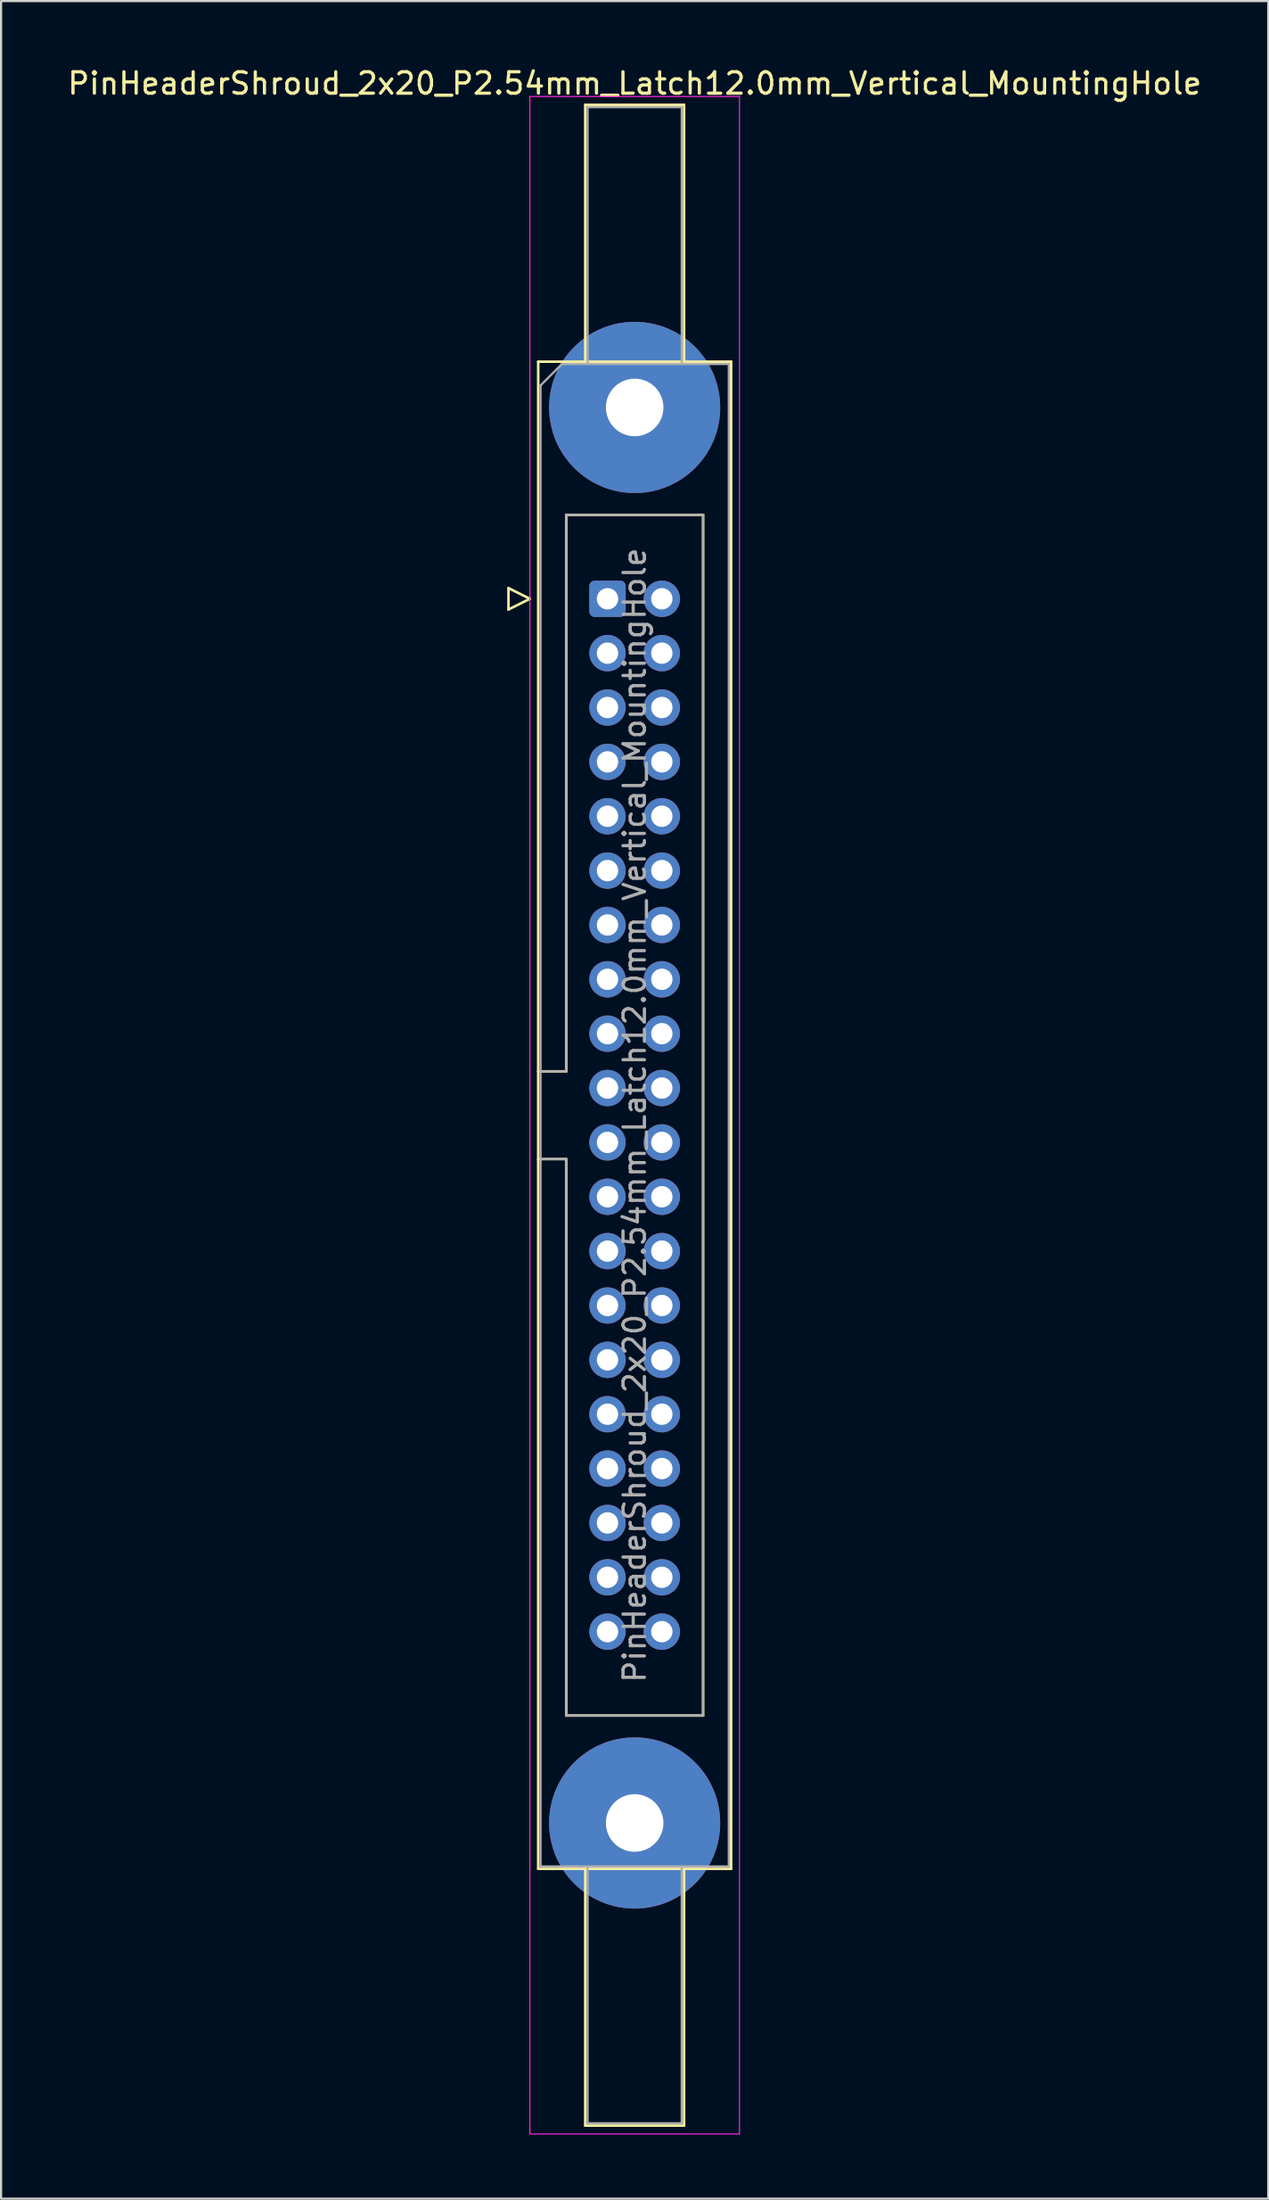
<source format=kicad_pcb>
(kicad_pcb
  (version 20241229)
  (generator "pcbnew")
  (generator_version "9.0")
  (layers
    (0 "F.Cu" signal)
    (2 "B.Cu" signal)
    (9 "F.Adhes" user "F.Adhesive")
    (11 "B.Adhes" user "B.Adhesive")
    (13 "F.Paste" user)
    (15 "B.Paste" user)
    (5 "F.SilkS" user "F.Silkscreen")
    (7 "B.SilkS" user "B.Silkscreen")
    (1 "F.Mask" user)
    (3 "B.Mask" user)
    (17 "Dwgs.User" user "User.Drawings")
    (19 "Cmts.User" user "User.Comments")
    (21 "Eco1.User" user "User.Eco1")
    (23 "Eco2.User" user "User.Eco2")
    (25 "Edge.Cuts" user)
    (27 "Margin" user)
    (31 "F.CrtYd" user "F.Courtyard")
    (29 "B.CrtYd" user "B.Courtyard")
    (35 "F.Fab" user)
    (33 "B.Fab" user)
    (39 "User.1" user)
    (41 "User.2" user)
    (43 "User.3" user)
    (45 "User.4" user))
  (footprint "PinHeaderShroud_2x20_P2.54mm_Latch12.0mm_Vertical_MountingHole"
    (layer "F.Cu")
    (at 25.355 24.928)
    (property "Reference" "PinHeaderShroud_2x20_P2.54mm_Latch12.0mm_Vertical_MountingHole" (at 1.27 -24.08 0) (layer "F.SilkS") (effects (font (size 1 1) (thickness 0.15))))
    (attr through_hole)
    (fp_line (start -4.63 -0.5) (end -4.63 0.5) (stroke (width 0.12) (type solid)) (layer "F.SilkS"))
    (fp_line (start -4.63 0.5) (end -3.63 0) (stroke (width 0.12) (type solid)) (layer "F.SilkS"))
    (fp_line (start -3.63 0) (end -4.63 -0.5) (stroke (width 0.12) (type solid)) (layer "F.SilkS"))
    (fp_line (start -3.24 -11.08) (end 5.78 -11.08) (stroke (width 0.12) (type solid)) (layer "F.SilkS"))
    (fp_line (start -3.24 22.08) (end -1.93 22.08) (stroke (width 0.12) (type solid)) (layer "F.SilkS"))
    (fp_line (start -3.24 26.18) (end -1.93 26.18) (stroke (width 0.12) (type solid)) (layer "F.SilkS"))
    (fp_line (start -3.24 59.34) (end -3.24 -11.08) (stroke (width 0.12) (type solid)) (layer "F.SilkS"))
    (fp_line (start -1.93 -3.92) (end 4.47 -3.92) (stroke (width 0.12) (type solid)) (layer "F.SilkS"))
    (fp_line (start -1.93 22.08) (end -1.93 -3.92) (stroke (width 0.12) (type solid)) (layer "F.SilkS"))
    (fp_line (start -1.93 52.18) (end -1.93 26.18) (stroke (width 0.12) (type solid)) (layer "F.SilkS"))
    (fp_line (start -1.04 -23.08) (end 3.58 -23.08) (stroke (width 0.12) (type solid)) (layer "F.SilkS"))
    (fp_line (start -1.04 -11.08) (end -1.04 -23.08) (stroke (width 0.12) (type solid)) (layer "F.SilkS"))
    (fp_line (start -1.04 59.34) (end -1.04 71.34) (stroke (width 0.12) (type solid)) (layer "F.SilkS"))
    (fp_line (start -1.04 71.34) (end 3.58 71.34) (stroke (width 0.12) (type solid)) (layer "F.SilkS"))
    (fp_line (start 3.58 -23.08) (end 3.58 -11.08) (stroke (width 0.12) (type solid)) (layer "F.SilkS"))
    (fp_line (start 3.58 71.34) (end 3.58 59.34) (stroke (width 0.12) (type solid)) (layer "F.SilkS"))
    (fp_line (start 4.47 -3.92) (end 4.47 52.18) (stroke (width 0.12) (type solid)) (layer "F.SilkS"))
    (fp_line (start 4.47 52.18) (end -1.93 52.18) (stroke (width 0.12) (type solid)) (layer "F.SilkS"))
    (fp_line (start 5.78 -11.08) (end 5.78 59.34) (stroke (width 0.12) (type solid)) (layer "F.SilkS"))
    (fp_line (start 5.78 59.34) (end -3.24 59.34) (stroke (width 0.12) (type solid)) (layer "F.SilkS"))
    (fp_line (start -3.63 -23.47) (end -3.63 71.73) (stroke (width 0.05) (type solid)) (layer "F.CrtYd"))
    (fp_line (start -3.63 71.73) (end 6.17 71.73) (stroke (width 0.05) (type solid)) (layer "F.CrtYd"))
    (fp_line (start 6.17 -23.47) (end -3.63 -23.47) (stroke (width 0.05) (type solid)) (layer "F.CrtYd"))
    (fp_line (start 6.17 71.73) (end 6.17 -23.47) (stroke (width 0.05) (type solid)) (layer "F.CrtYd"))
    (fp_line (start -3.13 -9.97) (end -2.13 -10.97) (stroke (width 0.1) (type solid)) (layer "F.Fab"))
    (fp_line (start -3.13 22.08) (end -1.93 22.08) (stroke (width 0.1) (type solid)) (layer "F.Fab"))
    (fp_line (start -3.13 26.18) (end -1.93 26.18) (stroke (width 0.1) (type solid)) (layer "F.Fab"))
    (fp_line (start -3.13 59.23) (end -3.13 -9.97) (stroke (width 0.1) (type solid)) (layer "F.Fab"))
    (fp_line (start -2.13 -10.97) (end 5.67 -10.97) (stroke (width 0.1) (type solid)) (layer "F.Fab"))
    (fp_line (start -1.93 -3.92) (end 4.47 -3.92) (stroke (width 0.1) (type solid)) (layer "F.Fab"))
    (fp_line (start -1.93 22.08) (end -1.93 -3.92) (stroke (width 0.1) (type solid)) (layer "F.Fab"))
    (fp_line (start -1.93 52.18) (end -1.93 26.18) (stroke (width 0.1) (type solid)) (layer "F.Fab"))
    (fp_line (start -0.93 -22.97) (end 3.47 -22.97) (stroke (width 0.1) (type solid)) (layer "F.Fab"))
    (fp_line (start -0.93 -10.97) (end -0.93 -22.97) (stroke (width 0.1) (type solid)) (layer "F.Fab"))
    (fp_line (start -0.93 59.23) (end -0.93 71.23) (stroke (width 0.1) (type solid)) (layer "F.Fab"))
    (fp_line (start -0.93 71.23) (end 3.47 71.23) (stroke (width 0.1) (type solid)) (layer "F.Fab"))
    (fp_line (start 3.47 -22.97) (end 3.47 -10.97) (stroke (width 0.1) (type solid)) (layer "F.Fab"))
    (fp_line (start 3.47 71.23) (end 3.47 59.23) (stroke (width 0.1) (type solid)) (layer "F.Fab"))
    (fp_line (start 4.47 -3.92) (end 4.47 52.18) (stroke (width 0.1) (type solid)) (layer "F.Fab"))
    (fp_line (start 4.47 52.18) (end -1.93 52.18) (stroke (width 0.1) (type solid)) (layer "F.Fab"))
    (fp_line (start 5.67 -10.97) (end 5.67 59.23) (stroke (width 0.1) (type solid)) (layer "F.Fab"))
    (fp_line (start 5.67 59.23) (end -3.13 59.23) (stroke (width 0.1) (type solid)) (layer "F.Fab"))
    (fp_text user "${REFERENCE}" (at 1.27 24.13 90) (layer "F.Fab") (effects (font (size 1 1) (thickness 0.15))))
    (pad "" thru_hole circle (at 1.27 -8.94) (size 8 8) (drill 2.69) (layers "*.Cu" "*.Mask"))
    (pad "" thru_hole circle (at 1.27 57.2) (size 8 8) (drill 2.69) (layers "*.Cu" "*.Mask"))
    (pad "1" thru_hole roundrect (at 0 0) (size 1.7 1.7) (drill 1) (layers "*.Cu" "*.Mask") (roundrect_rratio 0.147))
    (pad "2" thru_hole circle (at 2.54 0) (size 1.7 1.7) (drill 1) (layers "*.Cu" "*.Mask"))
    (pad "3" thru_hole circle (at 0 2.54) (size 1.7 1.7) (drill 1) (layers "*.Cu" "*.Mask"))
    (pad "4" thru_hole circle (at 2.54 2.54) (size 1.7 1.7) (drill 1) (layers "*.Cu" "*.Mask"))
    (pad "5" thru_hole circle (at 0 5.08) (size 1.7 1.7) (drill 1) (layers "*.Cu" "*.Mask"))
    (pad "6" thru_hole circle (at 2.54 5.08) (size 1.7 1.7) (drill 1) (layers "*.Cu" "*.Mask"))
    (pad "7" thru_hole circle (at 0 7.62) (size 1.7 1.7) (drill 1) (layers "*.Cu" "*.Mask"))
    (pad "8" thru_hole circle (at 2.54 7.62) (size 1.7 1.7) (drill 1) (layers "*.Cu" "*.Mask"))
    (pad "9" thru_hole circle (at 0 10.16) (size 1.7 1.7) (drill 1) (layers "*.Cu" "*.Mask"))
    (pad "10" thru_hole circle (at 2.54 10.16) (size 1.7 1.7) (drill 1) (layers "*.Cu" "*.Mask"))
    (pad "11" thru_hole circle (at 0 12.7) (size 1.7 1.7) (drill 1) (layers "*.Cu" "*.Mask"))
    (pad "12" thru_hole circle (at 2.54 12.7) (size 1.7 1.7) (drill 1) (layers "*.Cu" "*.Mask"))
    (pad "13" thru_hole circle (at 0 15.24) (size 1.7 1.7) (drill 1) (layers "*.Cu" "*.Mask"))
    (pad "14" thru_hole circle (at 2.54 15.24) (size 1.7 1.7) (drill 1) (layers "*.Cu" "*.Mask"))
    (pad "15" thru_hole circle (at 0 17.78) (size 1.7 1.7) (drill 1) (layers "*.Cu" "*.Mask"))
    (pad "16" thru_hole circle (at 2.54 17.78) (size 1.7 1.7) (drill 1) (layers "*.Cu" "*.Mask"))
    (pad "17" thru_hole circle (at 0 20.32) (size 1.7 1.7) (drill 1) (layers "*.Cu" "*.Mask"))
    (pad "18" thru_hole circle (at 2.54 20.32) (size 1.7 1.7) (drill 1) (layers "*.Cu" "*.Mask"))
    (pad "19" thru_hole circle (at 0 22.86) (size 1.7 1.7) (drill 1) (layers "*.Cu" "*.Mask"))
    (pad "20" thru_hole circle (at 2.54 22.86) (size 1.7 1.7) (drill 1) (layers "*.Cu" "*.Mask"))
    (pad "21" thru_hole circle (at 0 25.4) (size 1.7 1.7) (drill 1) (layers "*.Cu" "*.Mask"))
    (pad "22" thru_hole circle (at 2.54 25.4) (size 1.7 1.7) (drill 1) (layers "*.Cu" "*.Mask"))
    (pad "23" thru_hole circle (at 0 27.94) (size 1.7 1.7) (drill 1) (layers "*.Cu" "*.Mask"))
    (pad "24" thru_hole circle (at 2.54 27.94) (size 1.7 1.7) (drill 1) (layers "*.Cu" "*.Mask"))
    (pad "25" thru_hole circle (at 0 30.48) (size 1.7 1.7) (drill 1) (layers "*.Cu" "*.Mask"))
    (pad "26" thru_hole circle (at 2.54 30.48) (size 1.7 1.7) (drill 1) (layers "*.Cu" "*.Mask"))
    (pad "27" thru_hole circle (at 0 33.02) (size 1.7 1.7) (drill 1) (layers "*.Cu" "*.Mask"))
    (pad "28" thru_hole circle (at 2.54 33.02) (size 1.7 1.7) (drill 1) (layers "*.Cu" "*.Mask"))
    (pad "29" thru_hole circle (at 0 35.56) (size 1.7 1.7) (drill 1) (layers "*.Cu" "*.Mask"))
    (pad "30" thru_hole circle (at 2.54 35.56) (size 1.7 1.7) (drill 1) (layers "*.Cu" "*.Mask"))
    (pad "31" thru_hole circle (at 0 38.1) (size 1.7 1.7) (drill 1) (layers "*.Cu" "*.Mask"))
    (pad "32" thru_hole circle (at 2.54 38.1) (size 1.7 1.7) (drill 1) (layers "*.Cu" "*.Mask"))
    (pad "33" thru_hole circle (at 0 40.64) (size 1.7 1.7) (drill 1) (layers "*.Cu" "*.Mask"))
    (pad "34" thru_hole circle (at 2.54 40.64) (size 1.7 1.7) (drill 1) (layers "*.Cu" "*.Mask"))
    (pad "35" thru_hole circle (at 0 43.18) (size 1.7 1.7) (drill 1) (layers "*.Cu" "*.Mask"))
    (pad "36" thru_hole circle (at 2.54 43.18) (size 1.7 1.7) (drill 1) (layers "*.Cu" "*.Mask"))
    (pad "37" thru_hole circle (at 0 45.72) (size 1.7 1.7) (drill 1) (layers "*.Cu" "*.Mask"))
    (pad "38" thru_hole circle (at 2.54 45.72) (size 1.7 1.7) (drill 1) (layers "*.Cu" "*.Mask"))
    (pad "39" thru_hole circle (at 0 48.26) (size 1.7 1.7) (drill 1) (layers "*.Cu" "*.Mask"))
    (pad "40" thru_hole circle (at 2.54 48.26) (size 1.7 1.7) (drill 1) (layers "*.Cu" "*.Mask")))
  (gr_rect
    (start -3 -3)
    (end 56.25 99.683)
    (stroke (width 0.1) (type default))
    (fill no)
    (layer "Edge.Cuts")))
</source>
